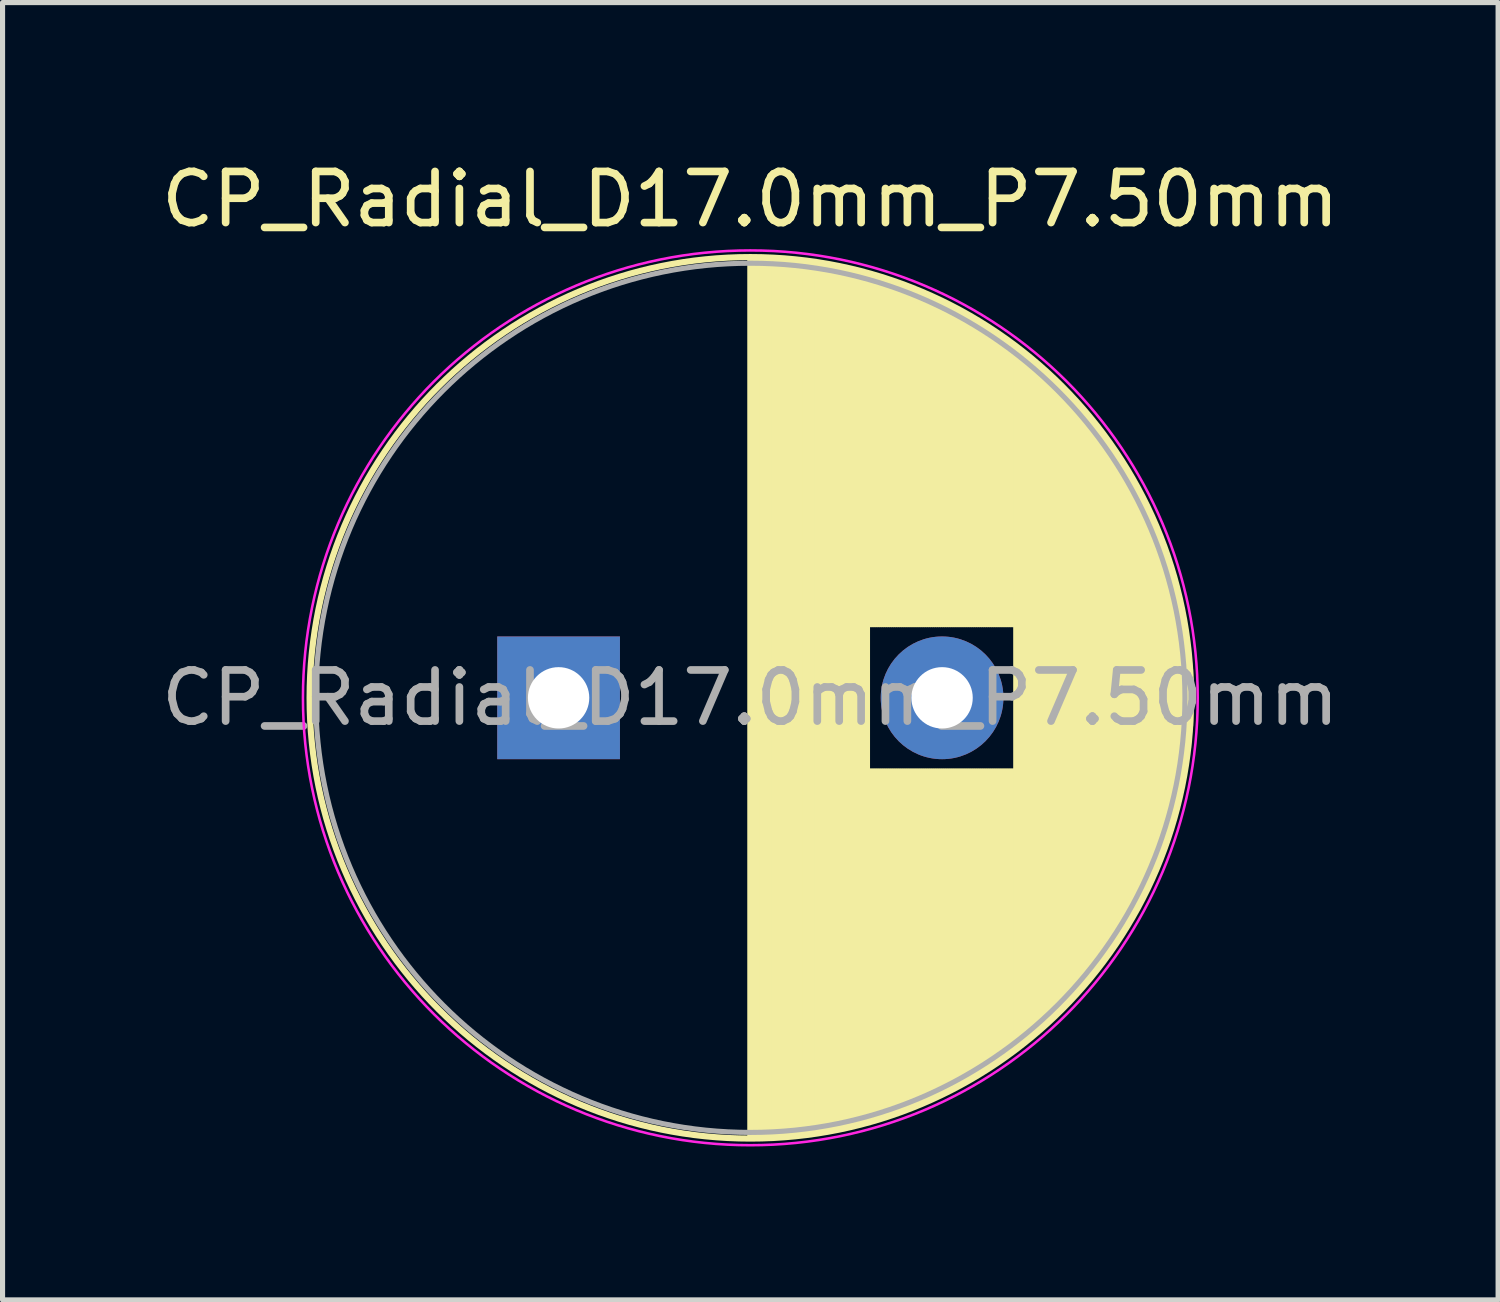
<source format=kicad_pcb>
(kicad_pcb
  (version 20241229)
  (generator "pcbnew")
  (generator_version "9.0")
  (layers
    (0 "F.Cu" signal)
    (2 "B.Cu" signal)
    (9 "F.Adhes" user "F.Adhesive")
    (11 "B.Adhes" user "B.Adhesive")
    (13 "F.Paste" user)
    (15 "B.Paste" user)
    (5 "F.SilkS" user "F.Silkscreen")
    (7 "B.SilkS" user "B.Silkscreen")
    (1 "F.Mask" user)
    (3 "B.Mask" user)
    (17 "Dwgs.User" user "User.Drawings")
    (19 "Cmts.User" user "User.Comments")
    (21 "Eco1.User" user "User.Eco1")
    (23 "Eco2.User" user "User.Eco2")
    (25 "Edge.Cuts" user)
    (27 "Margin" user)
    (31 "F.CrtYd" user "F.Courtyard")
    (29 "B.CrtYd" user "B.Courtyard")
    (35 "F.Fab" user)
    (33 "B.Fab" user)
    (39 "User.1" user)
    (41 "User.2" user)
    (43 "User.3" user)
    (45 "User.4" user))
  (footprint "CP_Radial_D17.0mm_P7.50mm"
    (layer "F.Cu")
    (at 7.875 10.598)
    (property "Reference" "CP_Radial_D17.0mm_P7.50mm" (at 3.75 -9.75 0) (layer "F.SilkS") (effects (font (size 1 1) (thickness 0.15))))
    (attr through_hole)
    (fp_line (start 3.75 -8.581) (end 3.75 8.581) (stroke (width 0.12) (type solid)) (layer "F.SilkS"))
    (fp_line (start 3.79 -8.58) (end 3.79 8.58) (stroke (width 0.12) (type solid)) (layer "F.SilkS"))
    (fp_line (start 3.83 -8.58) (end 3.83 8.58) (stroke (width 0.12) (type solid)) (layer "F.SilkS"))
    (fp_line (start 3.87 -8.58) (end 3.87 8.58) (stroke (width 0.12) (type solid)) (layer "F.SilkS"))
    (fp_line (start 3.91 -8.579) (end 3.91 8.579) (stroke (width 0.12) (type solid)) (layer "F.SilkS"))
    (fp_line (start 3.95 -8.578) (end 3.95 8.578) (stroke (width 0.12) (type solid)) (layer "F.SilkS"))
    (fp_line (start 3.99 -8.577) (end 3.99 8.577) (stroke (width 0.12) (type solid)) (layer "F.SilkS"))
    (fp_line (start 4.03 -8.576) (end 4.03 8.576) (stroke (width 0.12) (type solid)) (layer "F.SilkS"))
    (fp_line (start 4.07 -8.575) (end 4.07 8.575) (stroke (width 0.12) (type solid)) (layer "F.SilkS"))
    (fp_line (start 4.11 -8.573) (end 4.11 8.573) (stroke (width 0.12) (type solid)) (layer "F.SilkS"))
    (fp_line (start 4.15 -8.571) (end 4.15 8.571) (stroke (width 0.12) (type solid)) (layer "F.SilkS"))
    (fp_line (start 4.19 -8.569) (end 4.19 8.569) (stroke (width 0.12) (type solid)) (layer "F.SilkS"))
    (fp_line (start 4.23 -8.567) (end 4.23 8.567) (stroke (width 0.12) (type solid)) (layer "F.SilkS"))
    (fp_line (start 4.27 -8.565) (end 4.27 8.565) (stroke (width 0.12) (type solid)) (layer "F.SilkS"))
    (fp_line (start 4.31 -8.562) (end 4.31 8.562) (stroke (width 0.12) (type solid)) (layer "F.SilkS"))
    (fp_line (start 4.35 -8.56) (end 4.35 8.56) (stroke (width 0.12) (type solid)) (layer "F.SilkS"))
    (fp_line (start 4.39 -8.557) (end 4.39 8.557) (stroke (width 0.12) (type solid)) (layer "F.SilkS"))
    (fp_line (start 4.43 -8.554) (end 4.43 8.554) (stroke (width 0.12) (type solid)) (layer "F.SilkS"))
    (fp_line (start 4.471 -8.55) (end 4.471 8.55) (stroke (width 0.12) (type solid)) (layer "F.SilkS"))
    (fp_line (start 4.511 -8.547) (end 4.511 8.547) (stroke (width 0.12) (type solid)) (layer "F.SilkS"))
    (fp_line (start 4.551 -8.543) (end 4.551 8.543) (stroke (width 0.12) (type solid)) (layer "F.SilkS"))
    (fp_line (start 4.591 -8.539) (end 4.591 8.539) (stroke (width 0.12) (type solid)) (layer "F.SilkS"))
    (fp_line (start 4.631 -8.535) (end 4.631 8.535) (stroke (width 0.12) (type solid)) (layer "F.SilkS"))
    (fp_line (start 4.671 -8.531) (end 4.671 8.531) (stroke (width 0.12) (type solid)) (layer "F.SilkS"))
    (fp_line (start 4.711 -8.527) (end 4.711 8.527) (stroke (width 0.12) (type solid)) (layer "F.SilkS"))
    (fp_line (start 4.751 -8.522) (end 4.751 8.522) (stroke (width 0.12) (type solid)) (layer "F.SilkS"))
    (fp_line (start 4.791 -8.518) (end 4.791 8.518) (stroke (width 0.12) (type solid)) (layer "F.SilkS"))
    (fp_line (start 4.831 -8.513) (end 4.831 8.513) (stroke (width 0.12) (type solid)) (layer "F.SilkS"))
    (fp_line (start 4.871 -8.507) (end 4.871 8.507) (stroke (width 0.12) (type solid)) (layer "F.SilkS"))
    (fp_line (start 4.911 -8.502) (end 4.911 8.502) (stroke (width 0.12) (type solid)) (layer "F.SilkS"))
    (fp_line (start 4.951 -8.497) (end 4.951 8.497) (stroke (width 0.12) (type solid)) (layer "F.SilkS"))
    (fp_line (start 4.991 -8.491) (end 4.991 8.491) (stroke (width 0.12) (type solid)) (layer "F.SilkS"))
    (fp_line (start 5.031 -8.485) (end 5.031 8.485) (stroke (width 0.12) (type solid)) (layer "F.SilkS"))
    (fp_line (start 5.071 -8.479) (end 5.071 8.479) (stroke (width 0.12) (type solid)) (layer "F.SilkS"))
    (fp_line (start 5.111 -8.473) (end 5.111 8.473) (stroke (width 0.12) (type solid)) (layer "F.SilkS"))
    (fp_line (start 5.151 -8.466) (end 5.151 8.466) (stroke (width 0.12) (type solid)) (layer "F.SilkS"))
    (fp_line (start 5.191 -8.459) (end 5.191 8.459) (stroke (width 0.12) (type solid)) (layer "F.SilkS"))
    (fp_line (start 5.231 -8.452) (end 5.231 8.452) (stroke (width 0.12) (type solid)) (layer "F.SilkS"))
    (fp_line (start 5.271 -8.445) (end 5.271 8.445) (stroke (width 0.12) (type solid)) (layer "F.SilkS"))
    (fp_line (start 5.311 -8.438) (end 5.311 8.438) (stroke (width 0.12) (type solid)) (layer "F.SilkS"))
    (fp_line (start 5.351 -8.431) (end 5.351 8.431) (stroke (width 0.12) (type solid)) (layer "F.SilkS"))
    (fp_line (start 5.391 -8.423) (end 5.391 8.423) (stroke (width 0.12) (type solid)) (layer "F.SilkS"))
    (fp_line (start 5.431 -8.415) (end 5.431 8.415) (stroke (width 0.12) (type solid)) (layer "F.SilkS"))
    (fp_line (start 5.471 -8.407) (end 5.471 8.407) (stroke (width 0.12) (type solid)) (layer "F.SilkS"))
    (fp_line (start 5.511 -8.399) (end 5.511 8.399) (stroke (width 0.12) (type solid)) (layer "F.SilkS"))
    (fp_line (start 5.551 -8.39) (end 5.551 8.39) (stroke (width 0.12) (type solid)) (layer "F.SilkS"))
    (fp_line (start 5.591 -8.382) (end 5.591 8.382) (stroke (width 0.12) (type solid)) (layer "F.SilkS"))
    (fp_line (start 5.631 -8.373) (end 5.631 8.373) (stroke (width 0.12) (type solid)) (layer "F.SilkS"))
    (fp_line (start 5.671 -8.364) (end 5.671 8.364) (stroke (width 0.12) (type solid)) (layer "F.SilkS"))
    (fp_line (start 5.711 -8.355) (end 5.711 8.355) (stroke (width 0.12) (type solid)) (layer "F.SilkS"))
    (fp_line (start 5.751 -8.345) (end 5.751 8.345) (stroke (width 0.12) (type solid)) (layer "F.SilkS"))
    (fp_line (start 5.791 -8.336) (end 5.791 8.336) (stroke (width 0.12) (type solid)) (layer "F.SilkS"))
    (fp_line (start 5.831 -8.326) (end 5.831 8.326) (stroke (width 0.12) (type solid)) (layer "F.SilkS"))
    (fp_line (start 5.871 -8.316) (end 5.871 8.316) (stroke (width 0.12) (type solid)) (layer "F.SilkS"))
    (fp_line (start 5.911 -8.305) (end 5.911 8.305) (stroke (width 0.12) (type solid)) (layer "F.SilkS"))
    (fp_line (start 5.951 -8.295) (end 5.951 8.295) (stroke (width 0.12) (type solid)) (layer "F.SilkS"))
    (fp_line (start 5.991 -8.284) (end 5.991 8.284) (stroke (width 0.12) (type solid)) (layer "F.SilkS"))
    (fp_line (start 6.031 -8.274) (end 6.031 8.274) (stroke (width 0.12) (type solid)) (layer "F.SilkS"))
    (fp_line (start 6.071 -8.262) (end 6.071 -1.44) (stroke (width 0.12) (type solid)) (layer "F.SilkS"))
    (fp_line (start 6.071 1.44) (end 6.071 8.262) (stroke (width 0.12) (type solid)) (layer "F.SilkS"))
    (fp_line (start 6.111 -8.251) (end 6.111 -1.44) (stroke (width 0.12) (type solid)) (layer "F.SilkS"))
    (fp_line (start 6.111 1.44) (end 6.111 8.251) (stroke (width 0.12) (type solid)) (layer "F.SilkS"))
    (fp_line (start 6.151 -8.24) (end 6.151 -1.44) (stroke (width 0.12) (type solid)) (layer "F.SilkS"))
    (fp_line (start 6.151 1.44) (end 6.151 8.24) (stroke (width 0.12) (type solid)) (layer "F.SilkS"))
    (fp_line (start 6.191 -8.228) (end 6.191 -1.44) (stroke (width 0.12) (type solid)) (layer "F.SilkS"))
    (fp_line (start 6.191 1.44) (end 6.191 8.228) (stroke (width 0.12) (type solid)) (layer "F.SilkS"))
    (fp_line (start 6.231 -8.216) (end 6.231 -1.44) (stroke (width 0.12) (type solid)) (layer "F.SilkS"))
    (fp_line (start 6.231 1.44) (end 6.231 8.216) (stroke (width 0.12) (type solid)) (layer "F.SilkS"))
    (fp_line (start 6.271 -8.204) (end 6.271 -1.44) (stroke (width 0.12) (type solid)) (layer "F.SilkS"))
    (fp_line (start 6.271 1.44) (end 6.271 8.204) (stroke (width 0.12) (type solid)) (layer "F.SilkS"))
    (fp_line (start 6.311 -8.192) (end 6.311 -1.44) (stroke (width 0.12) (type solid)) (layer "F.SilkS"))
    (fp_line (start 6.311 1.44) (end 6.311 8.192) (stroke (width 0.12) (type solid)) (layer "F.SilkS"))
    (fp_line (start 6.351 -8.179) (end 6.351 -1.44) (stroke (width 0.12) (type solid)) (layer "F.SilkS"))
    (fp_line (start 6.351 1.44) (end 6.351 8.179) (stroke (width 0.12) (type solid)) (layer "F.SilkS"))
    (fp_line (start 6.391 -8.166) (end 6.391 -1.44) (stroke (width 0.12) (type solid)) (layer "F.SilkS"))
    (fp_line (start 6.391 1.44) (end 6.391 8.166) (stroke (width 0.12) (type solid)) (layer "F.SilkS"))
    (fp_line (start 6.431 -8.153) (end 6.431 -1.44) (stroke (width 0.12) (type solid)) (layer "F.SilkS"))
    (fp_line (start 6.431 1.44) (end 6.431 8.153) (stroke (width 0.12) (type solid)) (layer "F.SilkS"))
    (fp_line (start 6.471 -8.14) (end 6.471 -1.44) (stroke (width 0.12) (type solid)) (layer "F.SilkS"))
    (fp_line (start 6.471 1.44) (end 6.471 8.14) (stroke (width 0.12) (type solid)) (layer "F.SilkS"))
    (fp_line (start 6.511 -8.127) (end 6.511 -1.44) (stroke (width 0.12) (type solid)) (layer "F.SilkS"))
    (fp_line (start 6.511 1.44) (end 6.511 8.127) (stroke (width 0.12) (type solid)) (layer "F.SilkS"))
    (fp_line (start 6.551 -8.113) (end 6.551 -1.44) (stroke (width 0.12) (type solid)) (layer "F.SilkS"))
    (fp_line (start 6.551 1.44) (end 6.551 8.113) (stroke (width 0.12) (type solid)) (layer "F.SilkS"))
    (fp_line (start 6.591 -8.099) (end 6.591 -1.44) (stroke (width 0.12) (type solid)) (layer "F.SilkS"))
    (fp_line (start 6.591 1.44) (end 6.591 8.099) (stroke (width 0.12) (type solid)) (layer "F.SilkS"))
    (fp_line (start 6.631 -8.085) (end 6.631 -1.44) (stroke (width 0.12) (type solid)) (layer "F.SilkS"))
    (fp_line (start 6.631 1.44) (end 6.631 8.085) (stroke (width 0.12) (type solid)) (layer "F.SilkS"))
    (fp_line (start 6.671 -8.071) (end 6.671 -1.44) (stroke (width 0.12) (type solid)) (layer "F.SilkS"))
    (fp_line (start 6.671 1.44) (end 6.671 8.071) (stroke (width 0.12) (type solid)) (layer "F.SilkS"))
    (fp_line (start 6.711 -8.056) (end 6.711 -1.44) (stroke (width 0.12) (type solid)) (layer "F.SilkS"))
    (fp_line (start 6.711 1.44) (end 6.711 8.056) (stroke (width 0.12) (type solid)) (layer "F.SilkS"))
    (fp_line (start 6.751 -8.042) (end 6.751 -1.44) (stroke (width 0.12) (type solid)) (layer "F.SilkS"))
    (fp_line (start 6.751 1.44) (end 6.751 8.042) (stroke (width 0.12) (type solid)) (layer "F.SilkS"))
    (fp_line (start 6.791 -8.027) (end 6.791 -1.44) (stroke (width 0.12) (type solid)) (layer "F.SilkS"))
    (fp_line (start 6.791 1.44) (end 6.791 8.027) (stroke (width 0.12) (type solid)) (layer "F.SilkS"))
    (fp_line (start 6.831 -8.011) (end 6.831 -1.44) (stroke (width 0.12) (type solid)) (layer "F.SilkS"))
    (fp_line (start 6.831 1.44) (end 6.831 8.011) (stroke (width 0.12) (type solid)) (layer "F.SilkS"))
    (fp_line (start 6.871 -7.996) (end 6.871 -1.44) (stroke (width 0.12) (type solid)) (layer "F.SilkS"))
    (fp_line (start 6.871 1.44) (end 6.871 7.996) (stroke (width 0.12) (type solid)) (layer "F.SilkS"))
    (fp_line (start 6.911 -7.98) (end 6.911 -1.44) (stroke (width 0.12) (type solid)) (layer "F.SilkS"))
    (fp_line (start 6.911 1.44) (end 6.911 7.98) (stroke (width 0.12) (type solid)) (layer "F.SilkS"))
    (fp_line (start 6.951 -7.965) (end 6.951 -1.44) (stroke (width 0.12) (type solid)) (layer "F.SilkS"))
    (fp_line (start 6.951 1.44) (end 6.951 7.965) (stroke (width 0.12) (type solid)) (layer "F.SilkS"))
    (fp_line (start 6.991 -7.948) (end 6.991 -1.44) (stroke (width 0.12) (type solid)) (layer "F.SilkS"))
    (fp_line (start 6.991 1.44) (end 6.991 7.948) (stroke (width 0.12) (type solid)) (layer "F.SilkS"))
    (fp_line (start 7.031 -7.932) (end 7.031 -1.44) (stroke (width 0.12) (type solid)) (layer "F.SilkS"))
    (fp_line (start 7.031 1.44) (end 7.031 7.932) (stroke (width 0.12) (type solid)) (layer "F.SilkS"))
    (fp_line (start 7.071 -7.915) (end 7.071 -1.44) (stroke (width 0.12) (type solid)) (layer "F.SilkS"))
    (fp_line (start 7.071 1.44) (end 7.071 7.915) (stroke (width 0.12) (type solid)) (layer "F.SilkS"))
    (fp_line (start 7.111 -7.899) (end 7.111 -1.44) (stroke (width 0.12) (type solid)) (layer "F.SilkS"))
    (fp_line (start 7.111 1.44) (end 7.111 7.899) (stroke (width 0.12) (type solid)) (layer "F.SilkS"))
    (fp_line (start 7.151 -7.882) (end 7.151 -1.44) (stroke (width 0.12) (type solid)) (layer "F.SilkS"))
    (fp_line (start 7.151 1.44) (end 7.151 7.882) (stroke (width 0.12) (type solid)) (layer "F.SilkS"))
    (fp_line (start 7.191 -7.864) (end 7.191 -1.44) (stroke (width 0.12) (type solid)) (layer "F.SilkS"))
    (fp_line (start 7.191 1.44) (end 7.191 7.864) (stroke (width 0.12) (type solid)) (layer "F.SilkS"))
    (fp_line (start 7.231 -7.847) (end 7.231 -1.44) (stroke (width 0.12) (type solid)) (layer "F.SilkS"))
    (fp_line (start 7.231 1.44) (end 7.231 7.847) (stroke (width 0.12) (type solid)) (layer "F.SilkS"))
    (fp_line (start 7.271 -7.829) (end 7.271 -1.44) (stroke (width 0.12) (type solid)) (layer "F.SilkS"))
    (fp_line (start 7.271 1.44) (end 7.271 7.829) (stroke (width 0.12) (type solid)) (layer "F.SilkS"))
    (fp_line (start 7.311 -7.811) (end 7.311 -1.44) (stroke (width 0.12) (type solid)) (layer "F.SilkS"))
    (fp_line (start 7.311 1.44) (end 7.311 7.811) (stroke (width 0.12) (type solid)) (layer "F.SilkS"))
    (fp_line (start 7.351 -7.793) (end 7.351 -1.44) (stroke (width 0.12) (type solid)) (layer "F.SilkS"))
    (fp_line (start 7.351 1.44) (end 7.351 7.793) (stroke (width 0.12) (type solid)) (layer "F.SilkS"))
    (fp_line (start 7.391 -7.774) (end 7.391 -1.44) (stroke (width 0.12) (type solid)) (layer "F.SilkS"))
    (fp_line (start 7.391 1.44) (end 7.391 7.774) (stroke (width 0.12) (type solid)) (layer "F.SilkS"))
    (fp_line (start 7.431 -7.755) (end 7.431 -1.44) (stroke (width 0.12) (type solid)) (layer "F.SilkS"))
    (fp_line (start 7.431 1.44) (end 7.431 7.755) (stroke (width 0.12) (type solid)) (layer "F.SilkS"))
    (fp_line (start 7.471 -7.736) (end 7.471 -1.44) (stroke (width 0.12) (type solid)) (layer "F.SilkS"))
    (fp_line (start 7.471 1.44) (end 7.471 7.736) (stroke (width 0.12) (type solid)) (layer "F.SilkS"))
    (fp_line (start 7.511 -7.717) (end 7.511 -1.44) (stroke (width 0.12) (type solid)) (layer "F.SilkS"))
    (fp_line (start 7.511 1.44) (end 7.511 7.717) (stroke (width 0.12) (type solid)) (layer "F.SilkS"))
    (fp_line (start 7.551 -7.698) (end 7.551 -1.44) (stroke (width 0.12) (type solid)) (layer "F.SilkS"))
    (fp_line (start 7.551 1.44) (end 7.551 7.698) (stroke (width 0.12) (type solid)) (layer "F.SilkS"))
    (fp_line (start 7.591 -7.678) (end 7.591 -1.44) (stroke (width 0.12) (type solid)) (layer "F.SilkS"))
    (fp_line (start 7.591 1.44) (end 7.591 7.678) (stroke (width 0.12) (type solid)) (layer "F.SilkS"))
    (fp_line (start 7.631 -7.658) (end 7.631 -1.44) (stroke (width 0.12) (type solid)) (layer "F.SilkS"))
    (fp_line (start 7.631 1.44) (end 7.631 7.658) (stroke (width 0.12) (type solid)) (layer "F.SilkS"))
    (fp_line (start 7.671 -7.638) (end 7.671 -1.44) (stroke (width 0.12) (type solid)) (layer "F.SilkS"))
    (fp_line (start 7.671 1.44) (end 7.671 7.638) (stroke (width 0.12) (type solid)) (layer "F.SilkS"))
    (fp_line (start 7.711 -7.617) (end 7.711 -1.44) (stroke (width 0.12) (type solid)) (layer "F.SilkS"))
    (fp_line (start 7.711 1.44) (end 7.711 7.617) (stroke (width 0.12) (type solid)) (layer "F.SilkS"))
    (fp_line (start 7.751 -7.596) (end 7.751 -1.44) (stroke (width 0.12) (type solid)) (layer "F.SilkS"))
    (fp_line (start 7.751 1.44) (end 7.751 7.596) (stroke (width 0.12) (type solid)) (layer "F.SilkS"))
    (fp_line (start 7.791 -7.575) (end 7.791 -1.44) (stroke (width 0.12) (type solid)) (layer "F.SilkS"))
    (fp_line (start 7.791 1.44) (end 7.791 7.575) (stroke (width 0.12) (type solid)) (layer "F.SilkS"))
    (fp_line (start 7.831 -7.554) (end 7.831 -1.44) (stroke (width 0.12) (type solid)) (layer "F.SilkS"))
    (fp_line (start 7.831 1.44) (end 7.831 7.554) (stroke (width 0.12) (type solid)) (layer "F.SilkS"))
    (fp_line (start 7.871 -7.532) (end 7.871 -1.44) (stroke (width 0.12) (type solid)) (layer "F.SilkS"))
    (fp_line (start 7.871 1.44) (end 7.871 7.532) (stroke (width 0.12) (type solid)) (layer "F.SilkS"))
    (fp_line (start 7.911 -7.51) (end 7.911 -1.44) (stroke (width 0.12) (type solid)) (layer "F.SilkS"))
    (fp_line (start 7.911 1.44) (end 7.911 7.51) (stroke (width 0.12) (type solid)) (layer "F.SilkS"))
    (fp_line (start 7.951 -7.488) (end 7.951 -1.44) (stroke (width 0.12) (type solid)) (layer "F.SilkS"))
    (fp_line (start 7.951 1.44) (end 7.951 7.488) (stroke (width 0.12) (type solid)) (layer "F.SilkS"))
    (fp_line (start 7.991 -7.466) (end 7.991 -1.44) (stroke (width 0.12) (type solid)) (layer "F.SilkS"))
    (fp_line (start 7.991 1.44) (end 7.991 7.466) (stroke (width 0.12) (type solid)) (layer "F.SilkS"))
    (fp_line (start 8.031 -7.443) (end 8.031 -1.44) (stroke (width 0.12) (type solid)) (layer "F.SilkS"))
    (fp_line (start 8.031 1.44) (end 8.031 7.443) (stroke (width 0.12) (type solid)) (layer "F.SilkS"))
    (fp_line (start 8.071 -7.42) (end 8.071 -1.44) (stroke (width 0.12) (type solid)) (layer "F.SilkS"))
    (fp_line (start 8.071 1.44) (end 8.071 7.42) (stroke (width 0.12) (type solid)) (layer "F.SilkS"))
    (fp_line (start 8.111 -7.397) (end 8.111 -1.44) (stroke (width 0.12) (type solid)) (layer "F.SilkS"))
    (fp_line (start 8.111 1.44) (end 8.111 7.397) (stroke (width 0.12) (type solid)) (layer "F.SilkS"))
    (fp_line (start 8.151 -7.373) (end 8.151 -1.44) (stroke (width 0.12) (type solid)) (layer "F.SilkS"))
    (fp_line (start 8.151 1.44) (end 8.151 7.373) (stroke (width 0.12) (type solid)) (layer "F.SilkS"))
    (fp_line (start 8.191 -7.349) (end 8.191 -1.44) (stroke (width 0.12) (type solid)) (layer "F.SilkS"))
    (fp_line (start 8.191 1.44) (end 8.191 7.349) (stroke (width 0.12) (type solid)) (layer "F.SilkS"))
    (fp_line (start 8.231 -7.325) (end 8.231 -1.44) (stroke (width 0.12) (type solid)) (layer "F.SilkS"))
    (fp_line (start 8.231 1.44) (end 8.231 7.325) (stroke (width 0.12) (type solid)) (layer "F.SilkS"))
    (fp_line (start 8.271 -7.3) (end 8.271 -1.44) (stroke (width 0.12) (type solid)) (layer "F.SilkS"))
    (fp_line (start 8.271 1.44) (end 8.271 7.3) (stroke (width 0.12) (type solid)) (layer "F.SilkS"))
    (fp_line (start 8.311 -7.276) (end 8.311 -1.44) (stroke (width 0.12) (type solid)) (layer "F.SilkS"))
    (fp_line (start 8.311 1.44) (end 8.311 7.276) (stroke (width 0.12) (type solid)) (layer "F.SilkS"))
    (fp_line (start 8.351 -7.251) (end 8.351 -1.44) (stroke (width 0.12) (type solid)) (layer "F.SilkS"))
    (fp_line (start 8.351 1.44) (end 8.351 7.251) (stroke (width 0.12) (type solid)) (layer "F.SilkS"))
    (fp_line (start 8.391 -7.225) (end 8.391 -1.44) (stroke (width 0.12) (type solid)) (layer "F.SilkS"))
    (fp_line (start 8.391 1.44) (end 8.391 7.225) (stroke (width 0.12) (type solid)) (layer "F.SilkS"))
    (fp_line (start 8.431 -7.199) (end 8.431 -1.44) (stroke (width 0.12) (type solid)) (layer "F.SilkS"))
    (fp_line (start 8.431 1.44) (end 8.431 7.199) (stroke (width 0.12) (type solid)) (layer "F.SilkS"))
    (fp_line (start 8.471 -7.173) (end 8.471 -1.44) (stroke (width 0.12) (type solid)) (layer "F.SilkS"))
    (fp_line (start 8.471 1.44) (end 8.471 7.173) (stroke (width 0.12) (type solid)) (layer "F.SilkS"))
    (fp_line (start 8.511 -7.147) (end 8.511 -1.44) (stroke (width 0.12) (type solid)) (layer "F.SilkS"))
    (fp_line (start 8.511 1.44) (end 8.511 7.147) (stroke (width 0.12) (type solid)) (layer "F.SilkS"))
    (fp_line (start 8.551 -7.12) (end 8.551 -1.44) (stroke (width 0.12) (type solid)) (layer "F.SilkS"))
    (fp_line (start 8.551 1.44) (end 8.551 7.12) (stroke (width 0.12) (type solid)) (layer "F.SilkS"))
    (fp_line (start 8.591 -7.093) (end 8.591 -1.44) (stroke (width 0.12) (type solid)) (layer "F.SilkS"))
    (fp_line (start 8.591 1.44) (end 8.591 7.093) (stroke (width 0.12) (type solid)) (layer "F.SilkS"))
    (fp_line (start 8.631 -7.066) (end 8.631 -1.44) (stroke (width 0.12) (type solid)) (layer "F.SilkS"))
    (fp_line (start 8.631 1.44) (end 8.631 7.066) (stroke (width 0.12) (type solid)) (layer "F.SilkS"))
    (fp_line (start 8.671 -7.038) (end 8.671 -1.44) (stroke (width 0.12) (type solid)) (layer "F.SilkS"))
    (fp_line (start 8.671 1.44) (end 8.671 7.038) (stroke (width 0.12) (type solid)) (layer "F.SilkS"))
    (fp_line (start 8.711 -7.011) (end 8.711 -1.44) (stroke (width 0.12) (type solid)) (layer "F.SilkS"))
    (fp_line (start 8.711 1.44) (end 8.711 7.011) (stroke (width 0.12) (type solid)) (layer "F.SilkS"))
    (fp_line (start 8.751 -6.982) (end 8.751 -1.44) (stroke (width 0.12) (type solid)) (layer "F.SilkS"))
    (fp_line (start 8.751 1.44) (end 8.751 6.982) (stroke (width 0.12) (type solid)) (layer "F.SilkS"))
    (fp_line (start 8.791 -6.954) (end 8.791 -1.44) (stroke (width 0.12) (type solid)) (layer "F.SilkS"))
    (fp_line (start 8.791 1.44) (end 8.791 6.954) (stroke (width 0.12) (type solid)) (layer "F.SilkS"))
    (fp_line (start 8.831 -6.925) (end 8.831 -1.44) (stroke (width 0.12) (type solid)) (layer "F.SilkS"))
    (fp_line (start 8.831 1.44) (end 8.831 6.925) (stroke (width 0.12) (type solid)) (layer "F.SilkS"))
    (fp_line (start 8.871 -6.895) (end 8.871 -1.44) (stroke (width 0.12) (type solid)) (layer "F.SilkS"))
    (fp_line (start 8.871 1.44) (end 8.871 6.895) (stroke (width 0.12) (type solid)) (layer "F.SilkS"))
    (fp_line (start 8.911 -6.865) (end 8.911 -1.44) (stroke (width 0.12) (type solid)) (layer "F.SilkS"))
    (fp_line (start 8.911 1.44) (end 8.911 6.865) (stroke (width 0.12) (type solid)) (layer "F.SilkS"))
    (fp_line (start 8.951 -6.835) (end 8.951 6.835) (stroke (width 0.12) (type solid)) (layer "F.SilkS"))
    (fp_line (start 8.991 -6.805) (end 8.991 6.805) (stroke (width 0.12) (type solid)) (layer "F.SilkS"))
    (fp_line (start 9.031 -6.774) (end 9.031 6.774) (stroke (width 0.12) (type solid)) (layer "F.SilkS"))
    (fp_line (start 9.071 -6.743) (end 9.071 6.743) (stroke (width 0.12) (type solid)) (layer "F.SilkS"))
    (fp_line (start 9.111 -6.711) (end 9.111 6.711) (stroke (width 0.12) (type solid)) (layer "F.SilkS"))
    (fp_line (start 9.151 -6.679) (end 9.151 6.679) (stroke (width 0.12) (type solid)) (layer "F.SilkS"))
    (fp_line (start 9.191 -6.647) (end 9.191 6.647) (stroke (width 0.12) (type solid)) (layer "F.SilkS"))
    (fp_line (start 9.231 -6.614) (end 9.231 6.614) (stroke (width 0.12) (type solid)) (layer "F.SilkS"))
    (fp_line (start 9.271 -6.581) (end 9.271 6.581) (stroke (width 0.12) (type solid)) (layer "F.SilkS"))
    (fp_line (start 9.311 -6.548) (end 9.311 6.548) (stroke (width 0.12) (type solid)) (layer "F.SilkS"))
    (fp_line (start 9.351 -6.514) (end 9.351 6.514) (stroke (width 0.12) (type solid)) (layer "F.SilkS"))
    (fp_line (start 9.391 -6.479) (end 9.391 6.479) (stroke (width 0.12) (type solid)) (layer "F.SilkS"))
    (fp_line (start 9.431 -6.444) (end 9.431 6.444) (stroke (width 0.12) (type solid)) (layer "F.SilkS"))
    (fp_line (start 9.471 -6.409) (end 9.471 6.409) (stroke (width 0.12) (type solid)) (layer "F.SilkS"))
    (fp_line (start 9.511 -6.374) (end 9.511 6.374) (stroke (width 0.12) (type solid)) (layer "F.SilkS"))
    (fp_line (start 9.551 -6.337) (end 9.551 6.337) (stroke (width 0.12) (type solid)) (layer "F.SilkS"))
    (fp_line (start 9.591 -6.301) (end 9.591 6.301) (stroke (width 0.12) (type solid)) (layer "F.SilkS"))
    (fp_line (start 9.631 -6.264) (end 9.631 6.264) (stroke (width 0.12) (type solid)) (layer "F.SilkS"))
    (fp_line (start 9.671 -6.226) (end 9.671 6.226) (stroke (width 0.12) (type solid)) (layer "F.SilkS"))
    (fp_line (start 9.711 -6.188) (end 9.711 6.188) (stroke (width 0.12) (type solid)) (layer "F.SilkS"))
    (fp_line (start 9.751 -6.15) (end 9.751 6.15) (stroke (width 0.12) (type solid)) (layer "F.SilkS"))
    (fp_line (start 9.791 -6.111) (end 9.791 6.111) (stroke (width 0.12) (type solid)) (layer "F.SilkS"))
    (fp_line (start 9.831 -6.071) (end 9.831 6.071) (stroke (width 0.12) (type solid)) (layer "F.SilkS"))
    (fp_line (start 9.871 -6.031) (end 9.871 6.031) (stroke (width 0.12) (type solid)) (layer "F.SilkS"))
    (fp_line (start 9.911 -5.99) (end 9.911 5.99) (stroke (width 0.12) (type solid)) (layer "F.SilkS"))
    (fp_line (start 9.951 -5.949) (end 9.951 5.949) (stroke (width 0.12) (type solid)) (layer "F.SilkS"))
    (fp_line (start 9.991 -5.907) (end 9.991 5.907) (stroke (width 0.12) (type solid)) (layer "F.SilkS"))
    (fp_line (start 10.031 -5.865) (end 10.031 5.865) (stroke (width 0.12) (type solid)) (layer "F.SilkS"))
    (fp_line (start 10.071 -5.822) (end 10.071 5.822) (stroke (width 0.12) (type solid)) (layer "F.SilkS"))
    (fp_line (start 10.111 -5.779) (end 10.111 5.779) (stroke (width 0.12) (type solid)) (layer "F.SilkS"))
    (fp_line (start 10.151 -5.735) (end 10.151 5.735) (stroke (width 0.12) (type solid)) (layer "F.SilkS"))
    (fp_line (start 10.191 -5.69) (end 10.191 5.69) (stroke (width 0.12) (type solid)) (layer "F.SilkS"))
    (fp_line (start 10.231 -5.645) (end 10.231 5.645) (stroke (width 0.12) (type solid)) (layer "F.SilkS"))
    (fp_line (start 10.271 -5.599) (end 10.271 5.599) (stroke (width 0.12) (type solid)) (layer "F.SilkS"))
    (fp_line (start 10.311 -5.553) (end 10.311 5.553) (stroke (width 0.12) (type solid)) (layer "F.SilkS"))
    (fp_line (start 10.351 -5.505) (end 10.351 5.505) (stroke (width 0.12) (type solid)) (layer "F.SilkS"))
    (fp_line (start 10.391 -5.457) (end 10.391 5.457) (stroke (width 0.12) (type solid)) (layer "F.SilkS"))
    (fp_line (start 10.431 -5.409) (end 10.431 5.409) (stroke (width 0.12) (type solid)) (layer "F.SilkS"))
    (fp_line (start 10.471 -5.359) (end 10.471 5.359) (stroke (width 0.12) (type solid)) (layer "F.SilkS"))
    (fp_line (start 10.511 -5.309) (end 10.511 5.309) (stroke (width 0.12) (type solid)) (layer "F.SilkS"))
    (fp_line (start 10.551 -5.258) (end 10.551 5.258) (stroke (width 0.12) (type solid)) (layer "F.SilkS"))
    (fp_line (start 10.591 -5.206) (end 10.591 5.206) (stroke (width 0.12) (type solid)) (layer "F.SilkS"))
    (fp_line (start 10.631 -5.154) (end 10.631 5.154) (stroke (width 0.12) (type solid)) (layer "F.SilkS"))
    (fp_line (start 10.671 -5.1) (end 10.671 5.1) (stroke (width 0.12) (type solid)) (layer "F.SilkS"))
    (fp_line (start 10.711 -5.046) (end 10.711 5.046) (stroke (width 0.12) (type solid)) (layer "F.SilkS"))
    (fp_line (start 10.751 -4.991) (end 10.751 4.991) (stroke (width 0.12) (type solid)) (layer "F.SilkS"))
    (fp_line (start 10.791 -4.935) (end 10.791 4.935) (stroke (width 0.12) (type solid)) (layer "F.SilkS"))
    (fp_line (start 10.831 -4.878) (end 10.831 4.878) (stroke (width 0.12) (type solid)) (layer "F.SilkS"))
    (fp_line (start 10.871 -4.82) (end 10.871 4.82) (stroke (width 0.12) (type solid)) (layer "F.SilkS"))
    (fp_line (start 10.911 -4.76) (end 10.911 4.76) (stroke (width 0.12) (type solid)) (layer "F.SilkS"))
    (fp_line (start 10.951 -4.7) (end 10.951 4.7) (stroke (width 0.12) (type solid)) (layer "F.SilkS"))
    (fp_line (start 10.991 -4.639) (end 10.991 4.639) (stroke (width 0.12) (type solid)) (layer "F.SilkS"))
    (fp_line (start 11.031 -4.576) (end 11.031 4.576) (stroke (width 0.12) (type solid)) (layer "F.SilkS"))
    (fp_line (start 11.071 -4.513) (end 11.071 4.513) (stroke (width 0.12) (type solid)) (layer "F.SilkS"))
    (fp_line (start 11.111 -4.448) (end 11.111 4.448) (stroke (width 0.12) (type solid)) (layer "F.SilkS"))
    (fp_line (start 11.151 -4.381) (end 11.151 4.381) (stroke (width 0.12) (type solid)) (layer "F.SilkS"))
    (fp_line (start 11.191 -4.314) (end 11.191 4.314) (stroke (width 0.12) (type solid)) (layer "F.SilkS"))
    (fp_line (start 11.231 -4.245) (end 11.231 4.245) (stroke (width 0.12) (type solid)) (layer "F.SilkS"))
    (fp_line (start 11.271 -4.174) (end 11.271 4.174) (stroke (width 0.12) (type solid)) (layer "F.SilkS"))
    (fp_line (start 11.311 -4.102) (end 11.311 4.102) (stroke (width 0.12) (type solid)) (layer "F.SilkS"))
    (fp_line (start 11.351 -4.028) (end 11.351 4.028) (stroke (width 0.12) (type solid)) (layer "F.SilkS"))
    (fp_line (start 11.391 -3.952) (end 11.391 3.952) (stroke (width 0.12) (type solid)) (layer "F.SilkS"))
    (fp_line (start 11.431 -3.875) (end 11.431 3.875) (stroke (width 0.12) (type solid)) (layer "F.SilkS"))
    (fp_line (start 11.471 -3.795) (end 11.471 3.795) (stroke (width 0.12) (type solid)) (layer "F.SilkS"))
    (fp_line (start 11.511 -3.714) (end 11.511 3.714) (stroke (width 0.12) (type solid)) (layer "F.SilkS"))
    (fp_line (start 11.551 -3.63) (end 11.551 3.63) (stroke (width 0.12) (type solid)) (layer "F.SilkS"))
    (fp_line (start 11.591 -3.544) (end 11.591 3.544) (stroke (width 0.12) (type solid)) (layer "F.SilkS"))
    (fp_line (start 11.631 -3.455) (end 11.631 3.455) (stroke (width 0.12) (type solid)) (layer "F.SilkS"))
    (fp_line (start 11.671 -3.363) (end 11.671 3.363) (stroke (width 0.12) (type solid)) (layer "F.SilkS"))
    (fp_line (start 11.711 -3.268) (end 11.711 3.268) (stroke (width 0.12) (type solid)) (layer "F.SilkS"))
    (fp_line (start 11.751 -3.171) (end 11.751 3.171) (stroke (width 0.12) (type solid)) (layer "F.SilkS"))
    (fp_line (start 11.791 -3.069) (end 11.791 3.069) (stroke (width 0.12) (type solid)) (layer "F.SilkS"))
    (fp_line (start 11.831 -2.963) (end 11.831 2.963) (stroke (width 0.12) (type solid)) (layer "F.SilkS"))
    (fp_line (start 11.871 -2.854) (end 11.871 2.854) (stroke (width 0.12) (type solid)) (layer "F.SilkS"))
    (fp_line (start 11.911 -2.739) (end 11.911 2.739) (stroke (width 0.12) (type solid)) (layer "F.SilkS"))
    (fp_line (start 11.95 -2.618) (end 11.95 2.618) (stroke (width 0.12) (type solid)) (layer "F.SilkS"))
    (fp_line (start 11.99 -2.492) (end 11.99 2.492) (stroke (width 0.12) (type solid)) (layer "F.SilkS"))
    (fp_line (start 12.03 -2.358) (end 12.03 2.358) (stroke (width 0.12) (type solid)) (layer "F.SilkS"))
    (fp_line (start 12.07 -2.215) (end 12.07 2.215) (stroke (width 0.12) (type solid)) (layer "F.SilkS"))
    (fp_line (start 12.11 -2.062) (end 12.11 2.062) (stroke (width 0.12) (type solid)) (layer "F.SilkS"))
    (fp_line (start 12.15 -1.896) (end 12.15 1.896) (stroke (width 0.12) (type solid)) (layer "F.SilkS"))
    (fp_line (start 12.19 -1.713) (end 12.19 1.713) (stroke (width 0.12) (type solid)) (layer "F.SilkS"))
    (fp_line (start 12.23 -1.508) (end 12.23 1.508) (stroke (width 0.12) (type solid)) (layer "F.SilkS"))
    (fp_line (start 12.27 -1.27) (end 12.27 1.27) (stroke (width 0.12) (type solid)) (layer "F.SilkS"))
    (fp_line (start 12.31 -0.976) (end 12.31 0.976) (stroke (width 0.12) (type solid)) (layer "F.SilkS"))
    (fp_line (start 12.35 -0.547) (end 12.35 0.547) (stroke (width 0.12) (type solid)) (layer "F.SilkS"))
    (fp_circle (center 3.75 0) (end 12.37 0) (stroke (width 0.12) (type solid)) (fill no) (layer "F.SilkS"))
    (fp_circle (center 3.75 0) (end 12.5 0) (stroke (width 0.05) (type solid)) (fill no) (layer "F.CrtYd"))
    (fp_circle (center 3.75 0) (end 12.25 0) (stroke (width 0.1) (type solid)) (fill no) (layer "F.Fab"))
    (fp_text user "${REFERENCE}" (at 3.75 0 0) (layer "F.Fab") (effects (font (size 1 1) (thickness 0.15))))
    (pad "1" thru_hole rect (at 0 0) (size 2.4 2.4) (drill 1.2) (layers "*.Cu" "*.Mask"))
    (pad "2" thru_hole circle (at 7.5 0) (size 2.4 2.4) (drill 1.2) (layers "*.Cu" "*.Mask")))
  (gr_rect
    (start -3 -3)
    (end 26.25 22.373)
    (stroke (width 0.1) (type default))
    (fill no)
    (layer "Edge.Cuts")))
</source>
